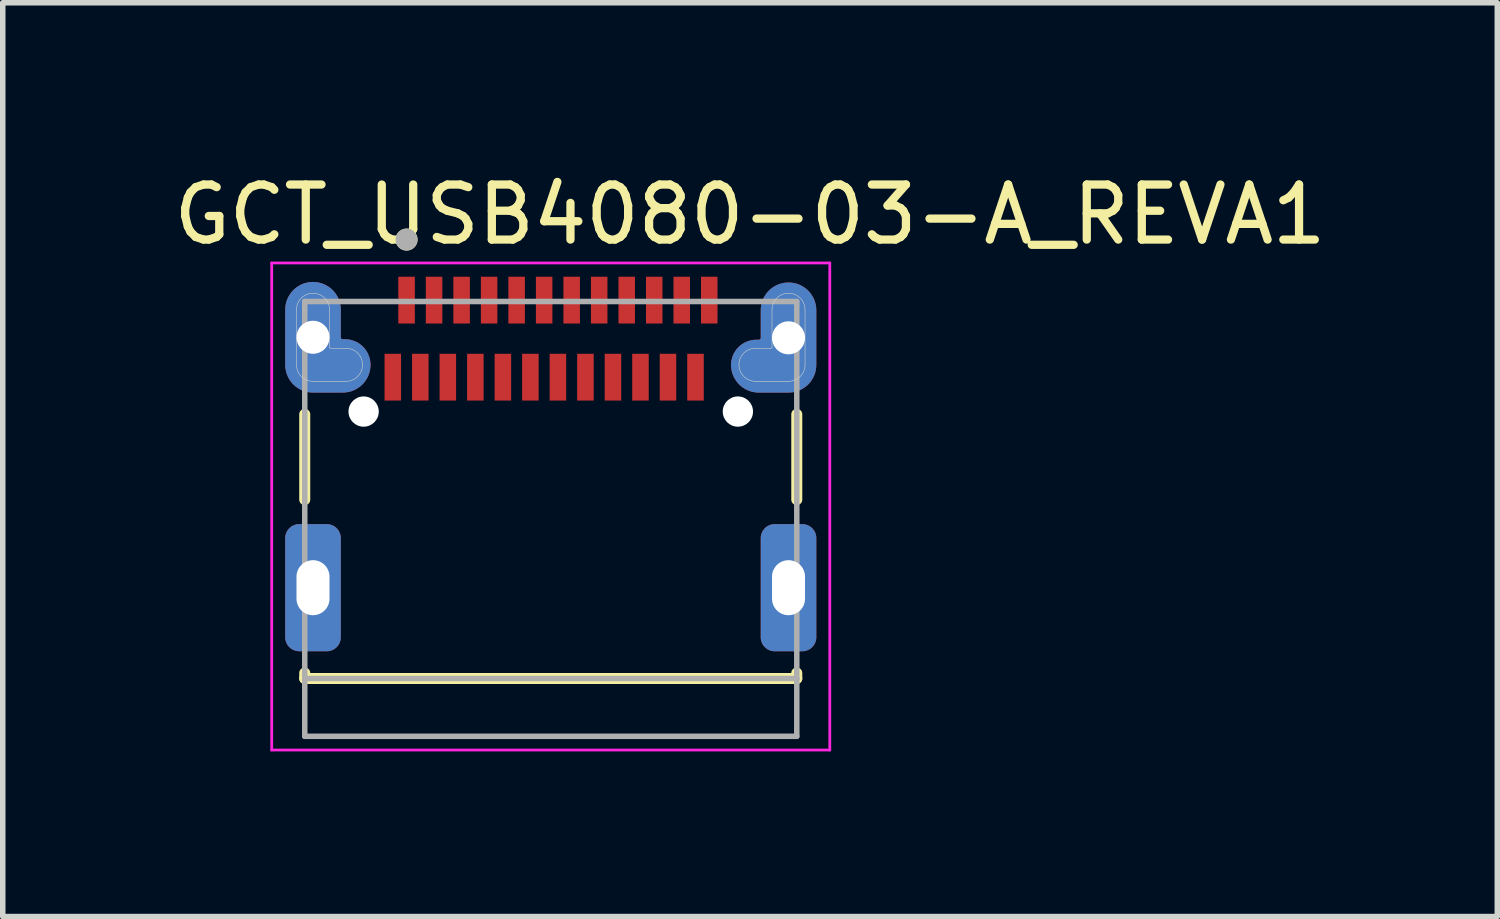
<source format=kicad_pcb>
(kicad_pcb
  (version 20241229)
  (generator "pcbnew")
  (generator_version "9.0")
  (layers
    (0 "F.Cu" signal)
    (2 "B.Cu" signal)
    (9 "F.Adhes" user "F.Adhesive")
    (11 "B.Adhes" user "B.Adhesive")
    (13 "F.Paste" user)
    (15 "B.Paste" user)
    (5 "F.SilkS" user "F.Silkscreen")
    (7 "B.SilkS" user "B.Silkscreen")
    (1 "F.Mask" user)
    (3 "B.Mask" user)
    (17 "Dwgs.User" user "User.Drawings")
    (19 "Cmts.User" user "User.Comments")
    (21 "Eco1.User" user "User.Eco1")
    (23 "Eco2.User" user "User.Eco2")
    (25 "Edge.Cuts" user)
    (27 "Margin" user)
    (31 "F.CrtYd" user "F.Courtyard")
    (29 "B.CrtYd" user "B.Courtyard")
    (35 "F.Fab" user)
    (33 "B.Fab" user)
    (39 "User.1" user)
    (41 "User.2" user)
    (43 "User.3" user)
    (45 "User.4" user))
  (footprint "GCT_USB4080-03-A_REVA1"
    (layer "F.Cu")
    (at 6.957 3.078)
    (property "Reference" "GCT_USB4080-03-A_REVA1" (at 3.62 -2.23 0) (layer "F.SilkS") (effects (font (size 1 1) (thickness 0.15))))
    (attr smd)
    (fp_poly (pts (xy -3.02 0.3) (xy -2.72 0.3) (xy -2.72 1.15) (xy -3.02 1.15)) (stroke (width 0.01) (type solid)) (fill yes) (layer "F.Mask"))
    (fp_poly (pts (xy -2.77 -1.1) (xy -2.47 -1.1) (xy -2.47 -0.25) (xy -2.77 -0.25)) (stroke (width 0.01) (type solid)) (fill yes) (layer "F.Mask"))
    (fp_poly (pts (xy -2.52 0.3) (xy -2.22 0.3) (xy -2.22 1.15) (xy -2.52 1.15)) (stroke (width 0.01) (type solid)) (fill yes) (layer "F.Mask"))
    (fp_poly (pts (xy -2.27 -1.1) (xy -1.97 -1.1) (xy -1.97 -0.25) (xy -2.27 -0.25)) (stroke (width 0.01) (type solid)) (fill yes) (layer "F.Mask"))
    (fp_poly (pts (xy -2.02 0.3) (xy -1.72 0.3) (xy -1.72 1.15) (xy -2.02 1.15)) (stroke (width 0.01) (type solid)) (fill yes) (layer "F.Mask"))
    (fp_poly (pts (xy -1.77 -1.1) (xy -1.47 -1.1) (xy -1.47 -0.25) (xy -1.77 -0.25)) (stroke (width 0.01) (type solid)) (fill yes) (layer "F.Mask"))
    (fp_poly (pts (xy -1.52 0.3) (xy -1.22 0.3) (xy -1.22 1.15) (xy -1.52 1.15)) (stroke (width 0.01) (type solid)) (fill yes) (layer "F.Mask"))
    (fp_poly (pts (xy -1.27 -1.1) (xy -0.97 -1.1) (xy -0.97 -0.25) (xy -1.27 -0.25)) (stroke (width 0.01) (type solid)) (fill yes) (layer "F.Mask"))
    (fp_poly (pts (xy -1.02 0.3) (xy -0.72 0.3) (xy -0.72 1.15) (xy -1.02 1.15)) (stroke (width 0.01) (type solid)) (fill yes) (layer "F.Mask"))
    (fp_poly (pts (xy -0.77 -1.1) (xy -0.47 -1.1) (xy -0.47 -0.25) (xy -0.77 -0.25)) (stroke (width 0.01) (type solid)) (fill yes) (layer "F.Mask"))
    (fp_poly (pts (xy -0.52 0.3) (xy -0.22 0.3) (xy -0.22 1.15) (xy -0.52 1.15)) (stroke (width 0.01) (type solid)) (fill yes) (layer "F.Mask"))
    (fp_poly (pts (xy -0.27 -1.1) (xy 0.03 -1.1) (xy 0.03 -0.25) (xy -0.27 -0.25)) (stroke (width 0.01) (type solid)) (fill yes) (layer "F.Mask"))
    (fp_poly (pts (xy -0.02 0.3) (xy 0.28 0.3) (xy 0.28 1.15) (xy -0.02 1.15)) (stroke (width 0.01) (type solid)) (fill yes) (layer "F.Mask"))
    (fp_poly (pts (xy 0.23 -1.1) (xy 0.53 -1.1) (xy 0.53 -0.25) (xy 0.23 -0.25)) (stroke (width 0.01) (type solid)) (fill yes) (layer "F.Mask"))
    (fp_poly (pts (xy 0.48 0.3) (xy 0.78 0.3) (xy 0.78 1.15) (xy 0.48 1.15)) (stroke (width 0.01) (type solid)) (fill yes) (layer "F.Mask"))
    (fp_poly (pts (xy 0.73 -1.1) (xy 1.03 -1.1) (xy 1.03 -0.25) (xy 0.73 -0.25)) (stroke (width 0.01) (type solid)) (fill yes) (layer "F.Mask"))
    (fp_poly (pts (xy 0.98 0.3) (xy 1.28 0.3) (xy 1.28 1.15) (xy 0.98 1.15)) (stroke (width 0.01) (type solid)) (fill yes) (layer "F.Mask"))
    (fp_poly (pts (xy 1.23 -1.1) (xy 1.53 -1.1) (xy 1.53 -0.25) (xy 1.23 -0.25)) (stroke (width 0.01) (type solid)) (fill yes) (layer "F.Mask"))
    (fp_poly (pts (xy 1.48 0.3) (xy 1.78 0.3) (xy 1.78 1.15) (xy 1.48 1.15)) (stroke (width 0.01) (type solid)) (fill yes) (layer "F.Mask"))
    (fp_poly (pts (xy 1.73 -1.1) (xy 2.03 -1.1) (xy 2.03 -0.25) (xy 1.73 -0.25)) (stroke (width 0.01) (type solid)) (fill yes) (layer "F.Mask"))
    (fp_poly (pts (xy 1.98 0.3) (xy 2.28 0.3) (xy 2.28 1.15) (xy 1.98 1.15)) (stroke (width 0.01) (type solid)) (fill yes) (layer "F.Mask"))
    (fp_poly (pts (xy 2.23 -1.1) (xy 2.53 -1.1) (xy 2.53 -0.25) (xy 2.23 -0.25)) (stroke (width 0.01) (type solid)) (fill yes) (layer "F.Mask"))
    (fp_poly (pts (xy 2.48 0.3) (xy 2.78 0.3) (xy 2.78 1.15) (xy 2.48 1.15)) (stroke (width 0.01) (type solid)) (fill yes) (layer "F.Mask"))
    (fp_poly (pts (xy 2.73 -1.1) (xy 3.03 -1.1) (xy 3.03 -0.25) (xy 2.73 -0.25)) (stroke (width 0.01) (type solid)) (fill yes) (layer "F.Mask"))
    (fp_poly (pts (xy -4.07 5.7) (xy -4.57 5.7) (xy -4.583 5.7) (xy -4.596 5.699) (xy -4.609 5.697) (xy -4.622 5.695) (xy -4.635 5.691) (xy -4.647 5.688) (xy -4.66 5.683) (xy -4.672 5.678) (xy -4.683 5.673) (xy -4.695 5.667) (xy -4.706 5.66) (xy -4.717 5.652) (xy -4.727 5.644) (xy -4.737 5.636) (xy -4.747 5.627) (xy -4.756 5.617) (xy -4.764 5.607) (xy -4.772 5.597) (xy -4.78 5.586) (xy -4.787 5.575) (xy -4.793 5.563) (xy -4.798 5.552) (xy -4.803 5.54) (xy -4.808 5.527) (xy -4.811 5.515) (xy -4.815 5.502) (xy -4.817 5.489) (xy -4.819 5.476) (xy -4.82 5.463) (xy -4.82 5.45) (xy -4.82 3.65) (xy -4.82 3.637) (xy -4.819 3.624) (xy -4.817 3.611) (xy -4.815 3.598) (xy -4.811 3.585) (xy -4.808 3.573) (xy -4.803 3.56) (xy -4.798 3.548) (xy -4.793 3.537) (xy -4.787 3.525) (xy -4.78 3.514) (xy -4.772 3.503) (xy -4.764 3.493) (xy -4.756 3.483) (xy -4.747 3.473) (xy -4.737 3.464) (xy -4.727 3.456) (xy -4.717 3.448) (xy -4.706 3.44) (xy -4.695 3.433) (xy -4.683 3.427) (xy -4.672 3.422) (xy -4.66 3.417) (xy -4.647 3.412) (xy -4.635 3.409) (xy -4.622 3.405) (xy -4.609 3.403) (xy -4.596 3.401) (xy -4.583 3.4) (xy -4.57 3.4) (xy -4.07 3.4) (xy -4.057 3.4) (xy -4.044 3.401) (xy -4.031 3.403) (xy -4.018 3.405) (xy -4.005 3.409) (xy -3.993 3.412) (xy -3.98 3.417) (xy -3.968 3.422) (xy -3.957 3.427) (xy -3.945 3.433) (xy -3.934 3.44) (xy -3.923 3.448) (xy -3.913 3.456) (xy -3.903 3.464) (xy -3.893 3.473) (xy -3.884 3.483) (xy -3.876 3.493) (xy -3.868 3.503) (xy -3.86 3.514) (xy -3.853 3.525) (xy -3.847 3.537) (xy -3.842 3.548) (xy -3.837 3.56) (xy -3.832 3.573) (xy -3.829 3.585) (xy -3.825 3.598) (xy -3.823 3.611) (xy -3.821 3.624) (xy -3.82 3.637) (xy -3.82 3.65) (xy -3.82 5.45) (xy -3.82 5.463) (xy -3.821 5.476) (xy -3.823 5.489) (xy -3.825 5.502) (xy -3.829 5.515) (xy -3.832 5.527) (xy -3.837 5.54) (xy -3.842 5.552) (xy -3.847 5.563) (xy -3.853 5.575) (xy -3.86 5.586) (xy -3.868 5.597) (xy -3.876 5.607) (xy -3.884 5.617) (xy -3.893 5.627) (xy -3.903 5.636) (xy -3.913 5.644) (xy -3.923 5.652) (xy -3.934 5.66) (xy -3.945 5.667) (xy -3.957 5.673) (xy -3.968 5.678) (xy -3.98 5.683) (xy -3.993 5.688) (xy -4.005 5.691) (xy -4.018 5.695) (xy -4.031 5.697) (xy -4.044 5.699) (xy -4.057 5.7) (xy -4.07 5.7)) (stroke (width 0.01) (type solid)) (fill yes) (layer "F.Mask"))
    (fp_poly (pts (xy 4.57 5.7) (xy 4.07 5.7) (xy 4.057 5.7) (xy 4.044 5.699) (xy 4.031 5.697) (xy 4.018 5.695) (xy 4.005 5.691) (xy 3.993 5.688) (xy 3.98 5.683) (xy 3.968 5.678) (xy 3.957 5.673) (xy 3.945 5.667) (xy 3.934 5.66) (xy 3.923 5.652) (xy 3.913 5.644) (xy 3.903 5.636) (xy 3.893 5.627) (xy 3.884 5.617) (xy 3.876 5.607) (xy 3.868 5.597) (xy 3.86 5.586) (xy 3.853 5.575) (xy 3.847 5.563) (xy 3.842 5.552) (xy 3.837 5.54) (xy 3.832 5.527) (xy 3.829 5.515) (xy 3.825 5.502) (xy 3.823 5.489) (xy 3.821 5.476) (xy 3.82 5.463) (xy 3.82 5.45) (xy 3.82 3.65) (xy 3.82 3.637) (xy 3.821 3.624) (xy 3.823 3.611) (xy 3.825 3.598) (xy 3.829 3.585) (xy 3.832 3.573) (xy 3.837 3.56) (xy 3.842 3.548) (xy 3.847 3.537) (xy 3.853 3.525) (xy 3.86 3.514) (xy 3.868 3.503) (xy 3.876 3.493) (xy 3.884 3.483) (xy 3.893 3.473) (xy 3.903 3.464) (xy 3.913 3.456) (xy 3.923 3.448) (xy 3.934 3.44) (xy 3.945 3.433) (xy 3.957 3.427) (xy 3.968 3.422) (xy 3.98 3.417) (xy 3.993 3.412) (xy 4.005 3.409) (xy 4.018 3.405) (xy 4.031 3.403) (xy 4.044 3.401) (xy 4.057 3.4) (xy 4.07 3.4) (xy 4.57 3.4) (xy 4.583 3.4) (xy 4.596 3.401) (xy 4.609 3.403) (xy 4.622 3.405) (xy 4.635 3.409) (xy 4.647 3.412) (xy 4.66 3.417) (xy 4.672 3.422) (xy 4.683 3.427) (xy 4.695 3.433) (xy 4.706 3.44) (xy 4.717 3.448) (xy 4.727 3.456) (xy 4.737 3.464) (xy 4.747 3.473) (xy 4.756 3.483) (xy 4.764 3.493) (xy 4.772 3.503) (xy 4.78 3.514) (xy 4.787 3.525) (xy 4.793 3.537) (xy 4.798 3.548) (xy 4.803 3.56) (xy 4.808 3.573) (xy 4.811 3.585) (xy 4.815 3.598) (xy 4.817 3.611) (xy 4.819 3.624) (xy 4.82 3.637) (xy 4.82 3.65) (xy 4.82 5.45) (xy 4.82 5.463) (xy 4.819 5.476) (xy 4.817 5.489) (xy 4.815 5.502) (xy 4.811 5.515) (xy 4.808 5.527) (xy 4.803 5.54) (xy 4.798 5.552) (xy 4.793 5.563) (xy 4.787 5.575) (xy 4.78 5.586) (xy 4.772 5.597) (xy 4.764 5.607) (xy 4.756 5.617) (xy 4.747 5.627) (xy 4.737 5.636) (xy 4.727 5.644) (xy 4.717 5.652) (xy 4.706 5.66) (xy 4.695 5.667) (xy 4.683 5.673) (xy 4.672 5.678) (xy 4.66 5.683) (xy 4.647 5.688) (xy 4.635 5.691) (xy 4.622 5.695) (xy 4.609 5.697) (xy 4.596 5.699) (xy 4.583 5.7) (xy 4.57 5.7)) (stroke (width 0.01) (type solid)) (fill yes) (layer "F.Mask"))
    (fp_poly (pts (xy 4.82 0.5) (xy 4.82 -0.49) (xy 4.819 -0.516) (xy 4.817 -0.542) (xy 4.814 -0.568) (xy 4.809 -0.594) (xy 4.803 -0.619) (xy 4.796 -0.645) (xy 4.787 -0.669) (xy 4.777 -0.693) (xy 4.766 -0.717) (xy 4.753 -0.74) (xy 4.739 -0.762) (xy 4.725 -0.784) (xy 4.709 -0.805) (xy 4.692 -0.825) (xy 4.674 -0.844) (xy 4.655 -0.862) (xy 4.635 -0.879) (xy 4.614 -0.895) (xy 4.592 -0.909) (xy 4.57 -0.923) (xy 4.547 -0.936) (xy 4.523 -0.947) (xy 4.499 -0.957) (xy 4.475 -0.966) (xy 4.449 -0.973) (xy 4.424 -0.979) (xy 4.398 -0.984) (xy 4.372 -0.987) (xy 4.346 -0.989) (xy 4.32 -0.99) (xy 4.294 -0.989) (xy 4.268 -0.987) (xy 4.242 -0.984) (xy 4.216 -0.979) (xy 4.191 -0.973) (xy 4.165 -0.966) (xy 4.141 -0.957) (xy 4.117 -0.947) (xy 4.093 -0.936) (xy 4.07 -0.923) (xy 4.048 -0.909) (xy 4.026 -0.895) (xy 4.005 -0.879) (xy 3.985 -0.862) (xy 3.966 -0.844) (xy 3.948 -0.825) (xy 3.931 -0.805) (xy 3.915 -0.784) (xy 3.901 -0.762) (xy 3.887 -0.74) (xy 3.874 -0.717) (xy 3.863 -0.693) (xy 3.853 -0.669) (xy 3.844 -0.645) (xy 3.837 -0.619) (xy 3.831 -0.594) (xy 3.826 -0.568) (xy 3.823 -0.542) (xy 3.821 -0.516) (xy 3.82 -0.49) (xy 3.82 0.01) (xy 3.82 0.012) (xy 3.82 0.014) (xy 3.82 0.016) (xy 3.819 0.018) (xy 3.819 0.02) (xy 3.818 0.022) (xy 3.817 0.024) (xy 3.817 0.026) (xy 3.816 0.028) (xy 3.815 0.03) (xy 3.814 0.032) (xy 3.812 0.034) (xy 3.811 0.035) (xy 3.81 0.037) (xy 3.808 0.038) (xy 3.807 0.04) (xy 3.805 0.041) (xy 3.804 0.042) (xy 3.802 0.044) (xy 3.8 0.045) (xy 3.798 0.046) (xy 3.796 0.047) (xy 3.794 0.047) (xy 3.792 0.048) (xy 3.79 0.049) (xy 3.788 0.049) (xy 3.786 0.05) (xy 3.784 0.05) (xy 3.782 0.05) (xy 3.78 0.05) (xy 3.74 0.05) (xy 3.719 0.05) (xy 3.695 0.052) (xy 3.672 0.054) (xy 3.648 0.058) (xy 3.625 0.063) (xy 3.602 0.07) (xy 3.579 0.077) (xy 3.557 0.086) (xy 3.536 0.096) (xy 3.514 0.107) (xy 3.494 0.119) (xy 3.474 0.132) (xy 3.455 0.146) (xy 3.436 0.162) (xy 3.419 0.178) (xy 3.402 0.195) (xy 3.386 0.213) (xy 3.372 0.231) (xy 3.358 0.251) (xy 3.345 0.271) (xy 3.333 0.291) (xy 3.323 0.313) (xy 3.313 0.335) (xy 3.305 0.357) (xy 3.298 0.38) (xy 3.292 0.403) (xy 3.287 0.426) (xy 3.283 0.45) (xy 3.281 0.473) (xy 3.28 0.5) (xy 3.281 0.526) (xy 3.283 0.552) (xy 3.286 0.578) (xy 3.291 0.604) (xy 3.297 0.629) (xy 3.304 0.655) (xy 3.313 0.679) (xy 3.323 0.703) (xy 3.334 0.727) (xy 3.347 0.75) (xy 3.361 0.772) (xy 3.375 0.794) (xy 3.391 0.815) (xy 3.408 0.835) (xy 3.426 0.854) (xy 3.445 0.872) (xy 3.465 0.889) (xy 3.486 0.905) (xy 3.508 0.919) (xy 3.53 0.933) (xy 3.553 0.946) (xy 3.577 0.957) (xy 3.601 0.967) (xy 3.625 0.976) (xy 3.651 0.983) (xy 3.676 0.989) (xy 3.702 0.994) (xy 3.728 0.997) (xy 3.754 0.999) (xy 3.78 1) (xy 4.32 1) (xy 4.346 0.999) (xy 4.372 0.997) (xy 4.398 0.994) (xy 4.424 0.989) (xy 4.449 0.983) (xy 4.475 0.976) (xy 4.499 0.967) (xy 4.523 0.957) (xy 4.547 0.946) (xy 4.57 0.933) (xy 4.592 0.919) (xy 4.614 0.905) (xy 4.635 0.889) (xy 4.655 0.872) (xy 4.674 0.854) (xy 4.692 0.835) (xy 4.709 0.815) (xy 4.725 0.794) (xy 4.739 0.772) (xy 4.753 0.75) (xy 4.766 0.727) (xy 4.777 0.703) (xy 4.787 0.679) (xy 4.796 0.655) (xy 4.803 0.629) (xy 4.809 0.604) (xy 4.814 0.578) (xy 4.817 0.552) (xy 4.819 0.526) (xy 4.82 0.5)) (stroke (width 0.01) (type solid)) (fill yes) (layer "F.Mask"))
    (fp_poly (pts (xy -4.82 0) (xy -4.82 -0.5) (xy -4.819 -0.526) (xy -4.817 -0.552) (xy -4.814 -0.578) (xy -4.809 -0.604) (xy -4.803 -0.629) (xy -4.796 -0.655) (xy -4.787 -0.679) (xy -4.777 -0.703) (xy -4.766 -0.727) (xy -4.753 -0.75) (xy -4.739 -0.772) (xy -4.725 -0.794) (xy -4.709 -0.815) (xy -4.692 -0.835) (xy -4.674 -0.854) (xy -4.655 -0.872) (xy -4.635 -0.889) (xy -4.614 -0.905) (xy -4.592 -0.919) (xy -4.57 -0.933) (xy -4.547 -0.946) (xy -4.523 -0.957) (xy -4.499 -0.967) (xy -4.475 -0.976) (xy -4.449 -0.983) (xy -4.424 -0.989) (xy -4.398 -0.994) (xy -4.372 -0.997) (xy -4.346 -0.999) (xy -4.32 -1) (xy -4.294 -0.999) (xy -4.268 -0.997) (xy -4.242 -0.994) (xy -4.216 -0.989) (xy -4.191 -0.983) (xy -4.165 -0.976) (xy -4.141 -0.967) (xy -4.117 -0.957) (xy -4.093 -0.946) (xy -4.07 -0.933) (xy -4.048 -0.919) (xy -4.026 -0.905) (xy -4.005 -0.889) (xy -3.985 -0.872) (xy -3.966 -0.854) (xy -3.948 -0.835) (xy -3.931 -0.815) (xy -3.915 -0.794) (xy -3.901 -0.772) (xy -3.887 -0.75) (xy -3.874 -0.727) (xy -3.863 -0.703) (xy -3.853 -0.679) (xy -3.844 -0.655) (xy -3.837 -0.629) (xy -3.831 -0.604) (xy -3.826 -0.578) (xy -3.823 -0.552) (xy -3.821 -0.526) (xy -3.82 -0.5) (xy -3.82 0) (xy -3.82 0.002) (xy -3.82 0.004) (xy -3.82 0.006) (xy -3.819 0.008) (xy -3.819 0.01) (xy -3.818 0.012) (xy -3.817 0.014) (xy -3.817 0.016) (xy -3.816 0.018) (xy -3.815 0.02) (xy -3.814 0.022) (xy -3.812 0.024) (xy -3.811 0.025) (xy -3.81 0.027) (xy -3.808 0.028) (xy -3.807 0.03) (xy -3.805 0.031) (xy -3.804 0.032) (xy -3.802 0.034) (xy -3.8 0.035) (xy -3.798 0.036) (xy -3.796 0.037) (xy -3.794 0.037) (xy -3.792 0.038) (xy -3.79 0.039) (xy -3.788 0.039) (xy -3.786 0.04) (xy -3.784 0.04) (xy -3.782 0.04) (xy -3.78 0.04) (xy -3.74 0.04) (xy -3.716 0.041) (xy -3.692 0.043) (xy -3.668 0.046) (xy -3.644 0.05) (xy -3.621 0.056) (xy -3.598 0.063) (xy -3.575 0.071) (xy -3.553 0.08) (xy -3.531 0.09) (xy -3.51 0.102) (xy -3.489 0.114) (xy -3.47 0.128) (xy -3.451 0.143) (xy -3.432 0.158) (xy -3.415 0.175) (xy -3.398 0.192) (xy -3.383 0.211) (xy -3.368 0.23) (xy -3.354 0.249) (xy -3.342 0.27) (xy -3.33 0.291) (xy -3.32 0.313) (xy -3.311 0.335) (xy -3.303 0.358) (xy -3.296 0.381) (xy -3.29 0.404) (xy -3.286 0.428) (xy -3.283 0.452) (xy -3.281 0.476) (xy -3.28 0.5) (xy -3.281 0.526) (xy -3.283 0.552) (xy -3.286 0.578) (xy -3.291 0.604) (xy -3.297 0.629) (xy -3.304 0.655) (xy -3.313 0.679) (xy -3.323 0.703) (xy -3.334 0.727) (xy -3.347 0.75) (xy -3.361 0.772) (xy -3.375 0.794) (xy -3.391 0.815) (xy -3.408 0.835) (xy -3.426 0.854) (xy -3.445 0.872) (xy -3.465 0.889) (xy -3.486 0.905) (xy -3.508 0.919) (xy -3.53 0.933) (xy -3.553 0.946) (xy -3.577 0.957) (xy -3.601 0.967) (xy -3.625 0.976) (xy -3.651 0.983) (xy -3.676 0.989) (xy -3.702 0.994) (xy -3.728 0.997) (xy -3.754 0.999) (xy -3.78 1) (xy -4.32 1) (xy -4.346 0.999) (xy -4.372 0.997) (xy -4.398 0.994) (xy -4.424 0.989) (xy -4.449 0.983) (xy -4.475 0.976) (xy -4.499 0.967) (xy -4.523 0.957) (xy -4.547 0.946) (xy -4.57 0.933) (xy -4.592 0.919) (xy -4.614 0.905) (xy -4.635 0.889) (xy -4.655 0.872) (xy -4.674 0.854) (xy -4.692 0.835) (xy -4.709 0.815) (xy -4.725 0.794) (xy -4.739 0.772) (xy -4.753 0.75) (xy -4.766 0.727) (xy -4.777 0.703) (xy -4.787 0.679) (xy -4.796 0.655) (xy -4.803 0.629) (xy -4.809 0.604) (xy -4.814 0.578) (xy -4.817 0.552) (xy -4.819 0.526) (xy -4.82 0.5) (xy -4.82 0)) (stroke (width 0.01) (type solid)) (fill yes) (layer "F.Mask"))
    (fp_poly (pts (xy -4.07 5.7) (xy -4.57 5.7) (xy -4.583 5.7) (xy -4.596 5.699) (xy -4.609 5.697) (xy -4.622 5.695) (xy -4.635 5.691) (xy -4.647 5.688) (xy -4.66 5.683) (xy -4.672 5.678) (xy -4.683 5.673) (xy -4.695 5.667) (xy -4.706 5.66) (xy -4.717 5.652) (xy -4.727 5.644) (xy -4.737 5.636) (xy -4.747 5.627) (xy -4.756 5.617) (xy -4.764 5.607) (xy -4.772 5.597) (xy -4.78 5.586) (xy -4.787 5.575) (xy -4.793 5.563) (xy -4.798 5.552) (xy -4.803 5.54) (xy -4.808 5.527) (xy -4.811 5.515) (xy -4.815 5.502) (xy -4.817 5.489) (xy -4.819 5.476) (xy -4.82 5.463) (xy -4.82 5.45) (xy -4.82 3.65) (xy -4.82 3.637) (xy -4.819 3.624) (xy -4.817 3.611) (xy -4.815 3.598) (xy -4.811 3.585) (xy -4.808 3.573) (xy -4.803 3.56) (xy -4.798 3.548) (xy -4.793 3.537) (xy -4.787 3.525) (xy -4.78 3.514) (xy -4.772 3.503) (xy -4.764 3.493) (xy -4.756 3.483) (xy -4.747 3.473) (xy -4.737 3.464) (xy -4.727 3.456) (xy -4.717 3.448) (xy -4.706 3.44) (xy -4.695 3.433) (xy -4.683 3.427) (xy -4.672 3.422) (xy -4.66 3.417) (xy -4.647 3.412) (xy -4.635 3.409) (xy -4.622 3.405) (xy -4.609 3.403) (xy -4.596 3.401) (xy -4.583 3.4) (xy -4.57 3.4) (xy -4.07 3.4) (xy -4.057 3.4) (xy -4.044 3.401) (xy -4.031 3.403) (xy -4.018 3.405) (xy -4.005 3.409) (xy -3.993 3.412) (xy -3.98 3.417) (xy -3.968 3.422) (xy -3.957 3.427) (xy -3.945 3.433) (xy -3.934 3.44) (xy -3.923 3.448) (xy -3.913 3.456) (xy -3.903 3.464) (xy -3.893 3.473) (xy -3.884 3.483) (xy -3.876 3.493) (xy -3.868 3.503) (xy -3.86 3.514) (xy -3.853 3.525) (xy -3.847 3.537) (xy -3.842 3.548) (xy -3.837 3.56) (xy -3.832 3.573) (xy -3.829 3.585) (xy -3.825 3.598) (xy -3.823 3.611) (xy -3.821 3.624) (xy -3.82 3.637) (xy -3.82 3.65) (xy -3.82 5.45) (xy -3.82 5.463) (xy -3.821 5.476) (xy -3.823 5.489) (xy -3.825 5.502) (xy -3.829 5.515) (xy -3.832 5.527) (xy -3.837 5.54) (xy -3.842 5.552) (xy -3.847 5.563) (xy -3.853 5.575) (xy -3.86 5.586) (xy -3.868 5.597) (xy -3.876 5.607) (xy -3.884 5.617) (xy -3.893 5.627) (xy -3.903 5.636) (xy -3.913 5.644) (xy -3.923 5.652) (xy -3.934 5.66) (xy -3.945 5.667) (xy -3.957 5.673) (xy -3.968 5.678) (xy -3.98 5.683) (xy -3.993 5.688) (xy -4.005 5.691) (xy -4.018 5.695) (xy -4.031 5.697) (xy -4.044 5.699) (xy -4.057 5.7) (xy -4.07 5.7)) (stroke (width 0.01) (type solid)) (fill yes) (layer "B.Mask"))
    (fp_poly (pts (xy 4.57 5.7) (xy 4.07 5.7) (xy 4.057 5.7) (xy 4.044 5.699) (xy 4.031 5.697) (xy 4.018 5.695) (xy 4.005 5.691) (xy 3.993 5.688) (xy 3.98 5.683) (xy 3.968 5.678) (xy 3.957 5.673) (xy 3.945 5.667) (xy 3.934 5.66) (xy 3.923 5.652) (xy 3.913 5.644) (xy 3.903 5.636) (xy 3.893 5.627) (xy 3.884 5.617) (xy 3.876 5.607) (xy 3.868 5.597) (xy 3.86 5.586) (xy 3.853 5.575) (xy 3.847 5.563) (xy 3.842 5.552) (xy 3.837 5.54) (xy 3.832 5.527) (xy 3.829 5.515) (xy 3.825 5.502) (xy 3.823 5.489) (xy 3.821 5.476) (xy 3.82 5.463) (xy 3.82 5.45) (xy 3.82 3.65) (xy 3.82 3.637) (xy 3.821 3.624) (xy 3.823 3.611) (xy 3.825 3.598) (xy 3.829 3.585) (xy 3.832 3.573) (xy 3.837 3.56) (xy 3.842 3.548) (xy 3.847 3.537) (xy 3.853 3.525) (xy 3.86 3.514) (xy 3.868 3.503) (xy 3.876 3.493) (xy 3.884 3.483) (xy 3.893 3.473) (xy 3.903 3.464) (xy 3.913 3.456) (xy 3.923 3.448) (xy 3.934 3.44) (xy 3.945 3.433) (xy 3.957 3.427) (xy 3.968 3.422) (xy 3.98 3.417) (xy 3.993 3.412) (xy 4.005 3.409) (xy 4.018 3.405) (xy 4.031 3.403) (xy 4.044 3.401) (xy 4.057 3.4) (xy 4.07 3.4) (xy 4.57 3.4) (xy 4.583 3.4) (xy 4.596 3.401) (xy 4.609 3.403) (xy 4.622 3.405) (xy 4.635 3.409) (xy 4.647 3.412) (xy 4.66 3.417) (xy 4.672 3.422) (xy 4.683 3.427) (xy 4.695 3.433) (xy 4.706 3.44) (xy 4.717 3.448) (xy 4.727 3.456) (xy 4.737 3.464) (xy 4.747 3.473) (xy 4.756 3.483) (xy 4.764 3.493) (xy 4.772 3.503) (xy 4.78 3.514) (xy 4.787 3.525) (xy 4.793 3.537) (xy 4.798 3.548) (xy 4.803 3.56) (xy 4.808 3.573) (xy 4.811 3.585) (xy 4.815 3.598) (xy 4.817 3.611) (xy 4.819 3.624) (xy 4.82 3.637) (xy 4.82 3.65) (xy 4.82 5.45) (xy 4.82 5.463) (xy 4.819 5.476) (xy 4.817 5.489) (xy 4.815 5.502) (xy 4.811 5.515) (xy 4.808 5.527) (xy 4.803 5.54) (xy 4.798 5.552) (xy 4.793 5.563) (xy 4.787 5.575) (xy 4.78 5.586) (xy 4.772 5.597) (xy 4.764 5.607) (xy 4.756 5.617) (xy 4.747 5.627) (xy 4.737 5.636) (xy 4.727 5.644) (xy 4.717 5.652) (xy 4.706 5.66) (xy 4.695 5.667) (xy 4.683 5.673) (xy 4.672 5.678) (xy 4.66 5.683) (xy 4.647 5.688) (xy 4.635 5.691) (xy 4.622 5.695) (xy 4.609 5.697) (xy 4.596 5.699) (xy 4.583 5.7) (xy 4.57 5.7)) (stroke (width 0.01) (type solid)) (fill yes) (layer "B.Mask"))
    (fp_poly (pts (xy 4.82 0.5) (xy 4.82 -0.49) (xy 4.819 -0.516) (xy 4.817 -0.542) (xy 4.814 -0.568) (xy 4.809 -0.594) (xy 4.803 -0.619) (xy 4.796 -0.645) (xy 4.787 -0.669) (xy 4.777 -0.693) (xy 4.766 -0.717) (xy 4.753 -0.74) (xy 4.739 -0.762) (xy 4.725 -0.784) (xy 4.709 -0.805) (xy 4.692 -0.825) (xy 4.674 -0.844) (xy 4.655 -0.862) (xy 4.635 -0.879) (xy 4.614 -0.895) (xy 4.592 -0.909) (xy 4.57 -0.923) (xy 4.547 -0.936) (xy 4.523 -0.947) (xy 4.499 -0.957) (xy 4.475 -0.966) (xy 4.449 -0.973) (xy 4.424 -0.979) (xy 4.398 -0.984) (xy 4.372 -0.987) (xy 4.346 -0.989) (xy 4.32 -0.99) (xy 4.294 -0.989) (xy 4.268 -0.987) (xy 4.242 -0.984) (xy 4.216 -0.979) (xy 4.191 -0.973) (xy 4.165 -0.966) (xy 4.141 -0.957) (xy 4.117 -0.947) (xy 4.093 -0.936) (xy 4.07 -0.923) (xy 4.048 -0.909) (xy 4.026 -0.895) (xy 4.005 -0.879) (xy 3.985 -0.862) (xy 3.966 -0.844) (xy 3.948 -0.825) (xy 3.931 -0.805) (xy 3.915 -0.784) (xy 3.901 -0.762) (xy 3.887 -0.74) (xy 3.874 -0.717) (xy 3.863 -0.693) (xy 3.853 -0.669) (xy 3.844 -0.645) (xy 3.837 -0.619) (xy 3.831 -0.594) (xy 3.826 -0.568) (xy 3.823 -0.542) (xy 3.821 -0.516) (xy 3.82 -0.49) (xy 3.82 0.01) (xy 3.82 0.012) (xy 3.82 0.014) (xy 3.82 0.016) (xy 3.819 0.018) (xy 3.819 0.02) (xy 3.818 0.022) (xy 3.817 0.024) (xy 3.817 0.026) (xy 3.816 0.028) (xy 3.815 0.03) (xy 3.814 0.032) (xy 3.812 0.034) (xy 3.811 0.035) (xy 3.81 0.037) (xy 3.808 0.038) (xy 3.807 0.04) (xy 3.805 0.041) (xy 3.804 0.042) (xy 3.802 0.044) (xy 3.8 0.045) (xy 3.798 0.046) (xy 3.796 0.047) (xy 3.794 0.047) (xy 3.792 0.048) (xy 3.79 0.049) (xy 3.788 0.049) (xy 3.786 0.05) (xy 3.784 0.05) (xy 3.782 0.05) (xy 3.78 0.05) (xy 3.74 0.05) (xy 3.716 0.051) (xy 3.692 0.053) (xy 3.668 0.056) (xy 3.644 0.06) (xy 3.621 0.066) (xy 3.598 0.073) (xy 3.575 0.081) (xy 3.553 0.09) (xy 3.531 0.1) (xy 3.51 0.112) (xy 3.489 0.124) (xy 3.47 0.138) (xy 3.451 0.153) (xy 3.432 0.168) (xy 3.415 0.185) (xy 3.398 0.202) (xy 3.383 0.221) (xy 3.368 0.24) (xy 3.354 0.259) (xy 3.342 0.28) (xy 3.33 0.301) (xy 3.32 0.323) (xy 3.311 0.345) (xy 3.303 0.368) (xy 3.296 0.391) (xy 3.29 0.414) (xy 3.286 0.438) (xy 3.283 0.462) (xy 3.281 0.486) (xy 3.28 0.51) (xy 3.281 0.54) (xy 3.284 0.565) (xy 3.287 0.591) (xy 3.293 0.616) (xy 3.299 0.641) (xy 3.307 0.666) (xy 3.316 0.69) (xy 3.326 0.714) (xy 3.338 0.737) (xy 3.351 0.76) (xy 3.365 0.782) (xy 3.38 0.803) (xy 3.396 0.823) (xy 3.413 0.843) (xy 3.431 0.861) (xy 3.45 0.879) (xy 3.47 0.895) (xy 3.491 0.911) (xy 3.513 0.925) (xy 3.535 0.938) (xy 3.558 0.95) (xy 3.582 0.961) (xy 3.606 0.97) (xy 3.63 0.978) (xy 3.655 0.985) (xy 3.681 0.991) (xy 3.706 0.995) (xy 3.732 0.998) (xy 3.758 1) (xy 3.78 1) (xy 4.32 1) (xy 4.346 0.999) (xy 4.372 0.997) (xy 4.398 0.994) (xy 4.424 0.989) (xy 4.449 0.983) (xy 4.475 0.976) (xy 4.499 0.967) (xy 4.523 0.957) (xy 4.547 0.946) (xy 4.57 0.933) (xy 4.592 0.919) (xy 4.614 0.905) (xy 4.635 0.889) (xy 4.655 0.872) (xy 4.674 0.854) (xy 4.692 0.835) (xy 4.709 0.815) (xy 4.725 0.794) (xy 4.739 0.772) (xy 4.753 0.75) (xy 4.766 0.727) (xy 4.777 0.703) (xy 4.787 0.679) (xy 4.796 0.655) (xy 4.803 0.629) (xy 4.809 0.604) (xy 4.814 0.578) (xy 4.817 0.552) (xy 4.819 0.526) (xy 4.82 0.5)) (stroke (width 0.01) (type solid)) (fill yes) (layer "B.Mask"))
    (fp_poly (pts (xy -4.82 0) (xy -4.82 -0.5) (xy -4.819 -0.526) (xy -4.817 -0.552) (xy -4.814 -0.578) (xy -4.809 -0.604) (xy -4.803 -0.629) (xy -4.796 -0.655) (xy -4.787 -0.679) (xy -4.777 -0.703) (xy -4.766 -0.727) (xy -4.753 -0.75) (xy -4.739 -0.772) (xy -4.725 -0.794) (xy -4.709 -0.815) (xy -4.692 -0.835) (xy -4.674 -0.854) (xy -4.655 -0.872) (xy -4.635 -0.889) (xy -4.614 -0.905) (xy -4.592 -0.919) (xy -4.57 -0.933) (xy -4.547 -0.946) (xy -4.523 -0.957) (xy -4.499 -0.967) (xy -4.475 -0.976) (xy -4.449 -0.983) (xy -4.424 -0.989) (xy -4.398 -0.994) (xy -4.372 -0.997) (xy -4.346 -0.999) (xy -4.32 -1) (xy -4.294 -0.999) (xy -4.268 -0.997) (xy -4.242 -0.994) (xy -4.216 -0.989) (xy -4.191 -0.983) (xy -4.165 -0.976) (xy -4.141 -0.967) (xy -4.117 -0.957) (xy -4.093 -0.946) (xy -4.07 -0.933) (xy -4.048 -0.919) (xy -4.026 -0.905) (xy -4.005 -0.889) (xy -3.985 -0.872) (xy -3.966 -0.854) (xy -3.948 -0.835) (xy -3.931 -0.815) (xy -3.915 -0.794) (xy -3.901 -0.772) (xy -3.887 -0.75) (xy -3.874 -0.727) (xy -3.863 -0.703) (xy -3.853 -0.679) (xy -3.844 -0.655) (xy -3.837 -0.629) (xy -3.831 -0.604) (xy -3.826 -0.578) (xy -3.823 -0.552) (xy -3.821 -0.526) (xy -3.82 -0.5) (xy -3.82 0) (xy -3.82 0.002) (xy -3.82 0.004) (xy -3.82 0.006) (xy -3.819 0.008) (xy -3.819 0.01) (xy -3.818 0.012) (xy -3.817 0.014) (xy -3.817 0.016) (xy -3.816 0.018) (xy -3.815 0.02) (xy -3.814 0.022) (xy -3.812 0.024) (xy -3.811 0.025) (xy -3.81 0.027) (xy -3.808 0.028) (xy -3.807 0.03) (xy -3.805 0.031) (xy -3.804 0.032) (xy -3.802 0.034) (xy -3.8 0.035) (xy -3.798 0.036) (xy -3.796 0.037) (xy -3.794 0.037) (xy -3.792 0.038) (xy -3.79 0.039) (xy -3.788 0.039) (xy -3.786 0.04) (xy -3.784 0.04) (xy -3.782 0.04) (xy -3.78 0.04) (xy -3.74 0.04) (xy -3.716 0.041) (xy -3.692 0.043) (xy -3.668 0.046) (xy -3.644 0.05) (xy -3.621 0.056) (xy -3.598 0.063) (xy -3.575 0.071) (xy -3.553 0.08) (xy -3.531 0.09) (xy -3.51 0.102) (xy -3.489 0.114) (xy -3.47 0.128) (xy -3.451 0.143) (xy -3.432 0.158) (xy -3.415 0.175) (xy -3.398 0.192) (xy -3.383 0.211) (xy -3.368 0.23) (xy -3.354 0.249) (xy -3.342 0.27) (xy -3.33 0.291) (xy -3.32 0.313) (xy -3.311 0.335) (xy -3.303 0.358) (xy -3.296 0.381) (xy -3.29 0.404) (xy -3.286 0.428) (xy -3.283 0.452) (xy -3.281 0.476) (xy -3.28 0.5) (xy -3.281 0.526) (xy -3.283 0.552) (xy -3.286 0.578) (xy -3.291 0.604) (xy -3.297 0.629) (xy -3.304 0.655) (xy -3.313 0.679) (xy -3.323 0.703) (xy -3.334 0.727) (xy -3.347 0.75) (xy -3.361 0.772) (xy -3.375 0.794) (xy -3.391 0.815) (xy -3.408 0.835) (xy -3.426 0.854) (xy -3.445 0.872) (xy -3.465 0.889) (xy -3.486 0.905) (xy -3.508 0.919) (xy -3.53 0.933) (xy -3.553 0.946) (xy -3.577 0.957) (xy -3.601 0.967) (xy -3.625 0.976) (xy -3.651 0.983) (xy -3.676 0.989) (xy -3.702 0.994) (xy -3.728 0.997) (xy -3.754 0.999) (xy -3.78 1) (xy -4.32 1) (xy -4.346 0.999) (xy -4.372 0.997) (xy -4.398 0.994) (xy -4.424 0.989) (xy -4.449 0.983) (xy -4.475 0.976) (xy -4.499 0.967) (xy -4.523 0.957) (xy -4.547 0.946) (xy -4.57 0.933) (xy -4.592 0.919) (xy -4.614 0.905) (xy -4.635 0.889) (xy -4.655 0.872) (xy -4.674 0.854) (xy -4.692 0.835) (xy -4.709 0.815) (xy -4.725 0.794) (xy -4.739 0.772) (xy -4.753 0.75) (xy -4.766 0.727) (xy -4.777 0.703) (xy -4.787 0.679) (xy -4.796 0.655) (xy -4.803 0.629) (xy -4.809 0.604) (xy -4.814 0.578) (xy -4.817 0.552) (xy -4.819 0.526) (xy -4.82 0.5) (xy -4.82 0)) (stroke (width 0.01) (type solid)) (fill yes) (layer "B.Mask"))
    (fp_line (start -4.47 1.4) (end -4.47 2.95) (stroke (width 0.2) (type solid)) (layer "F.SilkS"))
    (fp_line (start -4.47 6.2) (end -4.47 6.1) (stroke (width 0.2) (type solid)) (layer "F.SilkS"))
    (fp_line (start -4.47 6.2) (end 4.47 6.2) (stroke (width 0.2) (type solid)) (layer "F.SilkS"))
    (fp_line (start 4.47 1.4) (end 4.47 2.95) (stroke (width 0.2) (type solid)) (layer "F.SilkS"))
    (fp_line (start 4.47 6.2) (end 4.47 6.1) (stroke (width 0.2) (type solid)) (layer "F.SilkS"))
    (fp_circle (center -2.62 -1.775) (end -2.52 -1.775) (stroke (width 0.2) (type solid)) (fill no) (layer "F.SilkS"))
    (fp_line (start -4.62 0.5) (end -4.62 -0.5) (stroke (width 0.01) (type solid)) (layer "Edge.Cuts"))
    (fp_line (start -4.02 -0.5) (end -4.02 0.18) (stroke (width 0.01) (type solid)) (layer "Edge.Cuts"))
    (fp_line (start -4 0.2) (end -3.72 0.2) (stroke (width 0.01) (type solid)) (layer "Edge.Cuts"))
    (fp_line (start -3.72 0.8) (end -4.32 0.8) (stroke (width 0.01) (type solid)) (layer "Edge.Cuts"))
    (fp_line (start 3.72 0.8) (end 4.32 0.8) (stroke (width 0.01) (type solid)) (layer "Edge.Cuts"))
    (fp_line (start 4 0.2) (end 3.72 0.2) (stroke (width 0.01) (type solid)) (layer "Edge.Cuts"))
    (fp_line (start 4.02 -0.5) (end 4.02 0.19) (stroke (width 0.01) (type solid)) (layer "Edge.Cuts"))
    (fp_line (start 4.62 0.5) (end 4.62 -0.5) (stroke (width 0.01) (type solid)) (layer "Edge.Cuts"))
    (fp_arc (start -4.62 -0.5) (mid -4.532132 -0.712132) (end -4.32 -0.8) (stroke (width 0.01) (type solid)) (layer "Edge.Cuts"))
    (fp_arc (start -4.32 -0.8) (mid -4.107868 -0.712132) (end -4.02 -0.5) (stroke (width 0.01) (type solid)) (layer "Edge.Cuts"))
    (fp_arc (start -4.32 0.8) (mid -4.532132 0.712132) (end -4.62 0.5) (stroke (width 0.01) (type solid)) (layer "Edge.Cuts"))
    (fp_arc (start -4 0.2) (mid -4.014142 0.194142) (end -4.02 0.18) (stroke (width 0.01) (type solid)) (layer "Edge.Cuts"))
    (fp_arc (start -3.72 0.2) (mid -3.507868 0.287868) (end -3.42 0.5) (stroke (width 0.01) (type solid)) (layer "Edge.Cuts"))
    (fp_arc (start -3.42 0.5) (mid -3.507868 0.712132) (end -3.72 0.8) (stroke (width 0.01) (type solid)) (layer "Edge.Cuts"))
    (fp_arc (start 3.42 0.5) (mid 3.507868 0.287868) (end 3.72 0.2) (stroke (width 0.01) (type solid)) (layer "Edge.Cuts"))
    (fp_arc (start 3.72 0.8) (mid 3.507868 0.712132) (end 3.42 0.5) (stroke (width 0.01) (type solid)) (layer "Edge.Cuts"))
    (fp_arc (start 4.02 -0.5) (mid 4.107868 -0.712132) (end 4.32 -0.8) (stroke (width 0.01) (type solid)) (layer "Edge.Cuts"))
    (fp_arc (start 4.02 0.19) (mid 4.012071 0.199142) (end 4 0.2) (stroke (width 0.01) (type solid)) (layer "Edge.Cuts"))
    (fp_arc (start 4.32 -0.8) (mid 4.532132 -0.712132) (end 4.62 -0.5) (stroke (width 0.01) (type solid)) (layer "Edge.Cuts"))
    (fp_arc (start 4.62 0.5) (mid 4.532132 0.712132) (end 4.32 0.8) (stroke (width 0.01) (type solid)) (layer "Edge.Cuts"))
    (fp_line (start -5.07 -1.35) (end -5.07 7.5) (stroke (width 0.05) (type solid)) (layer "F.CrtYd"))
    (fp_line (start -5.07 7.5) (end 5.07 7.5) (stroke (width 0.05) (type solid)) (layer "F.CrtYd"))
    (fp_line (start 5.07 -1.35) (end -5.07 -1.35) (stroke (width 0.05) (type solid)) (layer "F.CrtYd"))
    (fp_line (start 5.07 7.5) (end 5.07 -1.35) (stroke (width 0.05) (type solid)) (layer "F.CrtYd"))
    (fp_line (start -4.47 -0.65) (end -4.47 6.2) (stroke (width 0.1) (type solid)) (layer "F.Fab"))
    (fp_line (start -4.47 6.2) (end -4.47 7.25) (stroke (width 0.1) (type solid)) (layer "F.Fab"))
    (fp_line (start -4.47 6.2) (end 4.47 6.2) (stroke (width 0.1) (type solid)) (layer "F.Fab"))
    (fp_line (start -4.47 7.25) (end 4.47 7.25) (stroke (width 0.1) (type solid)) (layer "F.Fab"))
    (fp_line (start 4.47 -0.65) (end -4.47 -0.65) (stroke (width 0.1) (type solid)) (layer "F.Fab"))
    (fp_line (start 4.47 6.2) (end 4.47 -0.65) (stroke (width 0.1) (type solid)) (layer "F.Fab"))
    (fp_line (start 4.47 7.25) (end 4.47 6.2) (stroke (width 0.1) (type solid)) (layer "F.Fab"))
    (fp_circle (center -2.62 -1.775) (end -2.52 -1.775) (stroke (width 0.2) (type solid)) (fill no) (layer "F.Fab"))
    (fp_line (start -4.62 5.35) (end -4.62 3.75) (stroke (width 0.01) (type solid)) (layer "User.1"))
    (fp_line (start -4.47 3.6) (end -4.17 3.6) (stroke (width 0.01) (type solid)) (layer "User.1"))
    (fp_line (start -4.17 5.5) (end -4.47 5.5) (stroke (width 0.01) (type solid)) (layer "User.1"))
    (fp_line (start -4.02 3.75) (end -4.02 5.35) (stroke (width 0.01) (type solid)) (layer "User.1"))
    (fp_line (start 4.02 5.35) (end 4.02 3.75) (stroke (width 0.01) (type solid)) (layer "User.1"))
    (fp_line (start 4.17 3.6) (end 4.47 3.6) (stroke (width 0.01) (type solid)) (layer "User.1"))
    (fp_line (start 4.47 5.5) (end 4.17 5.5) (stroke (width 0.01) (type solid)) (layer "User.1"))
    (fp_line (start 4.62 3.75) (end 4.62 5.35) (stroke (width 0.01) (type solid)) (layer "User.1"))
    (fp_arc (start -4.62 3.75) (mid -4.576066 3.643934) (end -4.47 3.6) (stroke (width 0.01) (type solid)) (layer "User.1"))
    (fp_arc (start -4.47 5.5) (mid -4.576066 5.456066) (end -4.62 5.35) (stroke (width 0.01) (type solid)) (layer "User.1"))
    (fp_arc (start -4.17 3.6) (mid -4.063934 3.643934) (end -4.02 3.75) (stroke (width 0.01) (type solid)) (layer "User.1"))
    (fp_arc (start -4.02 5.35) (mid -4.063934 5.456066) (end -4.17 5.5) (stroke (width 0.01) (type solid)) (layer "User.1"))
    (fp_arc (start 4.02 3.75) (mid 4.063934 3.643934) (end 4.17 3.6) (stroke (width 0.01) (type solid)) (layer "User.1"))
    (fp_arc (start 4.17 5.5) (mid 4.063934 5.456066) (end 4.02 5.35) (stroke (width 0.01) (type solid)) (layer "User.1"))
    (fp_arc (start 4.47 3.6) (mid 4.576066 3.643934) (end 4.62 3.75) (stroke (width 0.01) (type solid)) (layer "User.1"))
    (fp_arc (start 4.62 5.35) (mid 4.576066 5.456066) (end 4.47 5.5) (stroke (width 0.01) (type solid)) (layer "User.1"))
    (pad "" np_thru_hole circle (at -3.4 1.35) (size 0.55 0.55) (drill 0.55) (layers "*.Cu" "*.Mask"))
    (pad "" np_thru_hole circle (at 3.4 1.35) (size 0.55 0.55) (drill 0.55) (layers "*.Cu" "*.Mask"))
    (pad "A1" smd rect (at -2.62 -0.675) (size 0.3 0.85) (layers "F.Cu" "F.Paste"))
    (pad "A2" smd rect (at -2.12 -0.675) (size 0.3 0.85) (layers "F.Cu" "F.Paste"))
    (pad "A3" smd rect (at -1.62 -0.675) (size 0.3 0.85) (layers "F.Cu" "F.Paste"))
    (pad "A4" smd rect (at -1.12 -0.675) (size 0.3 0.85) (layers "F.Cu" "F.Paste"))
    (pad "A5" smd rect (at -0.62 -0.675) (size 0.3 0.85) (layers "F.Cu" "F.Paste"))
    (pad "A6" smd rect (at -0.12 -0.675) (size 0.3 0.85) (layers "F.Cu" "F.Paste"))
    (pad "A7" smd rect (at 0.38 -0.675) (size 0.3 0.85) (layers "F.Cu" "F.Paste"))
    (pad "A8" smd rect (at 0.88 -0.675) (size 0.3 0.85) (layers "F.Cu" "F.Paste"))
    (pad "A9" smd rect (at 1.38 -0.675) (size 0.3 0.85) (layers "F.Cu" "F.Paste"))
    (pad "A10" smd rect (at 1.88 -0.675) (size 0.3 0.85) (layers "F.Cu" "F.Paste"))
    (pad "A11" smd rect (at 2.38 -0.675) (size 0.3 0.85) (layers "F.Cu" "F.Paste"))
    (pad "A12" smd rect (at 2.88 -0.675) (size 0.3 0.85) (layers "F.Cu" "F.Paste"))
    (pad "B1" smd rect (at 2.63 0.725) (size 0.3 0.85) (layers "F.Cu" "F.Paste"))
    (pad "B2" smd rect (at 2.13 0.725) (size 0.3 0.85) (layers "F.Cu" "F.Paste"))
    (pad "B3" smd rect (at 1.63 0.725) (size 0.3 0.85) (layers "F.Cu" "F.Paste"))
    (pad "B4" smd rect (at 1.13 0.725) (size 0.3 0.85) (layers "F.Cu" "F.Paste"))
    (pad "B5" smd rect (at 0.63 0.725) (size 0.3 0.85) (layers "F.Cu" "F.Paste"))
    (pad "B6" smd rect (at 0.13 0.725) (size 0.3 0.85) (layers "F.Cu" "F.Paste"))
    (pad "B7" smd rect (at -0.37 0.725) (size 0.3 0.85) (layers "F.Cu" "F.Paste"))
    (pad "B8" smd rect (at -0.87 0.725) (size 0.3 0.85) (layers "F.Cu" "F.Paste"))
    (pad "B9" smd rect (at -1.37 0.725) (size 0.3 0.85) (layers "F.Cu" "F.Paste"))
    (pad "B10" smd rect (at -1.87 0.725) (size 0.3 0.85) (layers "F.Cu" "F.Paste"))
    (pad "B11" smd rect (at -2.37 0.725) (size 0.3 0.85) (layers "F.Cu" "F.Paste"))
    (pad "B12" smd rect (at -2.87 0.725) (size 0.3 0.85) (layers "F.Cu" "F.Paste"))
    (pad "G1" thru_hole custom (at -4.32 0) (size 1 1) (drill 0.6) (layers "*.Cu") (options (anchor circle)) (primitives (gr_poly (pts (xy -0.5 0) (xy -0.5 -0.5) (xy -0.499 -0.526) (xy -0.497 -0.552) (xy -0.494 -0.578) (xy -0.489 -0.604) (xy -0.483 -0.629) (xy -0.476 -0.655) (xy -0.467 -0.679) (xy -0.457 -0.703) (xy -0.446 -0.727) (xy -0.433 -0.75) (xy -0.419 -0.772) (xy -0.405 -0.794) (xy -0.389 -0.815) (xy -0.372 -0.835) (xy -0.354 -0.854) (xy -0.335 -0.872) (xy -0.315 -0.889) (xy -0.294 -0.905) (xy -0.272 -0.919) (xy -0.25 -0.933) (xy -0.227 -0.946) (xy -0.203 -0.957) (xy -0.179 -0.967) (xy -0.155 -0.976) (xy -0.129 -0.983) (xy -0.104 -0.989) (xy -0.078 -0.994) (xy -0.052 -0.997) (xy -0.026 -0.999) (xy 0 -1) (xy 0.026 -0.999) (xy 0.052 -0.997) (xy 0.078 -0.994) (xy 0.104 -0.989) (xy 0.129 -0.983) (xy 0.155 -0.976) (xy 0.179 -0.967) (xy 0.203 -0.957) (xy 0.227 -0.946) (xy 0.25 -0.933) (xy 0.272 -0.919) (xy 0.294 -0.905) (xy 0.315 -0.889) (xy 0.335 -0.872) (xy 0.354 -0.854) (xy 0.372 -0.835) (xy 0.389 -0.815) (xy 0.405 -0.794) (xy 0.419 -0.772) (xy 0.433 -0.75) (xy 0.446 -0.727) (xy 0.457 -0.703) (xy 0.467 -0.679) (xy 0.476 -0.655) (xy 0.483 -0.629) (xy 0.489 -0.604) (xy 0.494 -0.578) (xy 0.497 -0.552) (xy 0.499 -0.526) (xy 0.5 -0.5) (xy 0.5 0) (xy 0.5 0.002) (xy 0.5 0.004) (xy 0.5 0.006) (xy 0.501 0.008) (xy 0.501 0.01) (xy 0.502 0.012) (xy 0.503 0.014) (xy 0.503 0.016) (xy 0.504 0.018) (xy 0.505 0.02) (xy 0.506 0.022) (xy 0.508 0.024) (xy 0.509 0.025) (xy 0.51 0.027) (xy 0.512 0.028) (xy 0.513 0.03) (xy 0.515 0.031) (xy 0.516 0.032) (xy 0.518 0.034) (xy 0.52 0.035) (xy 0.522 0.036) (xy 0.524 0.037) (xy 0.526 0.037) (xy 0.528 0.038) (xy 0.53 0.039) (xy 0.532 0.039) (xy 0.534 0.04) (xy 0.536 0.04) (xy 0.538 0.04) (xy 0.54 0.04) (xy 0.58 0.04) (xy 0.604 0.041) (xy 0.628 0.043) (xy 0.652 0.046) (xy 0.676 0.05) (xy 0.699 0.056) (xy 0.722 0.063) (xy 0.745 0.071) (xy 0.767 0.08) (xy 0.789 0.09) (xy 0.81 0.102) (xy 0.831 0.114) (xy 0.85 0.128) (xy 0.869 0.143) (xy 0.888 0.158) (xy 0.905 0.175) (xy 0.922 0.192) (xy 0.937 0.211) (xy 0.952 0.23) (xy 0.966 0.249) (xy 0.978 0.27) (xy 0.99 0.291) (xy 1 0.313) (xy 1.009 0.335) (xy 1.017 0.358) (xy 1.024 0.381) (xy 1.03 0.404) (xy 1.034 0.428) (xy 1.037 0.452) (xy 1.039 0.476) (xy 1.04 0.5) (xy 1.039 0.526) (xy 1.037 0.552) (xy 1.034 0.578) (xy 1.029 0.604) (xy 1.023 0.629) (xy 1.016 0.655) (xy 1.007 0.679) (xy 0.997 0.703) (xy 0.986 0.727) (xy 0.973 0.75) (xy 0.959 0.772) (xy 0.945 0.794) (xy 0.929 0.815) (xy 0.912 0.835) (xy 0.894 0.854) (xy 0.875 0.872) (xy 0.855 0.889) (xy 0.834 0.905) (xy 0.812 0.919) (xy 0.79 0.933) (xy 0.767 0.946) (xy 0.743 0.957) (xy 0.719 0.967) (xy 0.695 0.976) (xy 0.669 0.983) (xy 0.644 0.989) (xy 0.618 0.994) (xy 0.592 0.997) (xy 0.566 0.999) (xy 0.54 1) (xy 0 1) (xy -0.026 0.999) (xy -0.052 0.997) (xy -0.078 0.994) (xy -0.104 0.989) (xy -0.129 0.983) (xy -0.155 0.976) (xy -0.179 0.967) (xy -0.203 0.957) (xy -0.227 0.946) (xy -0.25 0.933) (xy -0.272 0.919) (xy -0.294 0.905) (xy -0.315 0.889) (xy -0.335 0.872) (xy -0.354 0.854) (xy -0.372 0.835) (xy -0.389 0.815) (xy -0.405 0.794) (xy -0.419 0.772) (xy -0.433 0.75) (xy -0.446 0.727) (xy -0.457 0.703) (xy -0.467 0.679) (xy -0.476 0.655) (xy -0.483 0.629) (xy -0.489 0.604) (xy -0.494 0.578) (xy -0.497 0.552) (xy -0.499 0.526) (xy -0.5 0.5) (xy -0.5 0)) (width 0.01) (fill yes))))
    (pad "G2" thru_hole custom (at 4.32 0.01) (size 1 1) (drill 0.6) (layers "*.Cu") (options (anchor circle)) (primitives (gr_poly (pts (xy 0.5 0.49) (xy 0.5 -0.5) (xy 0.499 -0.526) (xy 0.497 -0.552) (xy 0.494 -0.578) (xy 0.489 -0.604) (xy 0.483 -0.629) (xy 0.476 -0.655) (xy 0.467 -0.679) (xy 0.457 -0.703) (xy 0.446 -0.727) (xy 0.433 -0.75) (xy 0.419 -0.772) (xy 0.405 -0.794) (xy 0.389 -0.815) (xy 0.372 -0.835) (xy 0.354 -0.854) (xy 0.335 -0.872) (xy 0.315 -0.889) (xy 0.294 -0.905) (xy 0.272 -0.919) (xy 0.25 -0.933) (xy 0.227 -0.946) (xy 0.203 -0.957) (xy 0.179 -0.967) (xy 0.155 -0.976) (xy 0.129 -0.983) (xy 0.104 -0.989) (xy 0.078 -0.994) (xy 0.052 -0.997) (xy 0.026 -0.999) (xy 0 -1) (xy -0.026 -0.999) (xy -0.052 -0.997) (xy -0.078 -0.994) (xy -0.104 -0.989) (xy -0.129 -0.983) (xy -0.155 -0.976) (xy -0.179 -0.967) (xy -0.203 -0.957) (xy -0.227 -0.946) (xy -0.25 -0.933) (xy -0.272 -0.919) (xy -0.294 -0.905) (xy -0.315 -0.889) (xy -0.335 -0.872) (xy -0.354 -0.854) (xy -0.372 -0.835) (xy -0.389 -0.815) (xy -0.405 -0.794) (xy -0.419 -0.772) (xy -0.433 -0.75) (xy -0.446 -0.727) (xy -0.457 -0.703) (xy -0.467 -0.679) (xy -0.476 -0.655) (xy -0.483 -0.629) (xy -0.489 -0.604) (xy -0.494 -0.578) (xy -0.497 -0.552) (xy -0.499 -0.526) (xy -0.5 -0.5) (xy -0.5 0) (xy -0.5 0.002) (xy -0.5 0.004) (xy -0.5 0.006) (xy -0.501 0.008) (xy -0.501 0.01) (xy -0.502 0.012) (xy -0.503 0.014) (xy -0.503 0.016) (xy -0.504 0.018) (xy -0.505 0.02) (xy -0.506 0.022) (xy -0.508 0.024) (xy -0.509 0.025) (xy -0.51 0.027) (xy -0.512 0.028) (xy -0.513 0.03) (xy -0.515 0.031) (xy -0.516 0.032) (xy -0.518 0.034) (xy -0.52 0.035) (xy -0.522 0.036) (xy -0.524 0.037) (xy -0.526 0.037) (xy -0.528 0.038) (xy -0.53 0.039) (xy -0.532 0.039) (xy -0.534 0.04) (xy -0.536 0.04) (xy -0.538 0.04) (xy -0.54 0.04) (xy -0.58 0.04) (xy -0.601 0.04) (xy -0.625 0.042) (xy -0.648 0.044) (xy -0.672 0.048) (xy -0.695 0.053) (xy -0.718 0.06) (xy -0.741 0.067) (xy -0.763 0.076) (xy -0.784 0.086) (xy -0.806 0.097) (xy -0.826 0.109) (xy -0.846 0.122) (xy -0.865 0.136) (xy -0.884 0.152) (xy -0.901 0.168) (xy -0.918 0.185) (xy -0.934 0.203) (xy -0.948 0.221) (xy -0.962 0.241) (xy -0.975 0.261) (xy -0.987 0.281) (xy -0.997 0.303) (xy -1.007 0.325) (xy -1.015 0.347) (xy -1.022 0.37) (xy -1.028 0.393) (xy -1.033 0.416) (xy -1.037 0.44) (xy -1.039 0.463) (xy -1.04 0.49) (xy -1.039 0.516) (xy -1.037 0.542) (xy -1.034 0.568) (xy -1.029 0.594) (xy -1.023 0.619) (xy -1.016 0.645) (xy -1.007 0.669) (xy -0.997 0.693) (xy -0.986 0.717) (xy -0.973 0.74) (xy -0.959 0.762) (xy -0.945 0.784) (xy -0.929 0.805) (xy -0.912 0.825) (xy -0.894 0.844) (xy -0.875 0.862) (xy -0.855 0.879) (xy -0.834 0.895) (xy -0.812 0.909) (xy -0.79 0.923) (xy -0.767 0.936) (xy -0.743 0.947) (xy -0.719 0.957) (xy -0.695 0.966) (xy -0.669 0.973) (xy -0.644 0.979) (xy -0.618 0.984) (xy -0.592 0.987) (xy -0.566 0.989) (xy -0.54 0.99) (xy 0 0.99) (xy 0.026 0.989) (xy 0.052 0.987) (xy 0.078 0.984) (xy 0.104 0.979) (xy 0.129 0.973) (xy 0.155 0.966) (xy 0.179 0.957) (xy 0.203 0.947) (xy 0.227 0.936) (xy 0.25 0.923) (xy 0.272 0.909) (xy 0.294 0.895) (xy 0.315 0.879) (xy 0.335 0.862) (xy 0.354 0.844) (xy 0.372 0.825) (xy 0.389 0.805) (xy 0.405 0.784) (xy 0.419 0.762) (xy 0.433 0.74) (xy 0.446 0.717) (xy 0.457 0.693) (xy 0.467 0.669) (xy 0.476 0.645) (xy 0.483 0.619) (xy 0.489 0.594) (xy 0.494 0.568) (xy 0.497 0.542) (xy 0.499 0.516) (xy 0.5 0.49)) (width 0.01) (fill yes))))
    (pad "G3" thru_hole custom (at -4.32 4.55) (size 1 1) (drill oval 0.6 1.9) (layers "*.Cu") (options (anchor circle)) (primitives (gr_poly (pts (xy 0.25 1.15) (xy -0.25 1.15) (xy -0.263 1.15) (xy -0.276 1.149) (xy -0.289 1.147) (xy -0.302 1.145) (xy -0.315 1.141) (xy -0.327 1.138) (xy -0.34 1.133) (xy -0.352 1.128) (xy -0.363 1.123) (xy -0.375 1.117) (xy -0.386 1.11) (xy -0.397 1.102) (xy -0.407 1.094) (xy -0.417 1.086) (xy -0.427 1.077) (xy -0.436 1.067) (xy -0.444 1.057) (xy -0.452 1.047) (xy -0.46 1.036) (xy -0.467 1.025) (xy -0.473 1.013) (xy -0.478 1.002) (xy -0.483 0.99) (xy -0.488 0.977) (xy -0.491 0.965) (xy -0.495 0.952) (xy -0.497 0.939) (xy -0.499 0.926) (xy -0.5 0.913) (xy -0.5 0.9) (xy -0.5 -0.9) (xy -0.5 -0.913) (xy -0.499 -0.926) (xy -0.497 -0.939) (xy -0.495 -0.952) (xy -0.491 -0.965) (xy -0.488 -0.977) (xy -0.483 -0.99) (xy -0.478 -1.002) (xy -0.473 -1.013) (xy -0.467 -1.025) (xy -0.46 -1.036) (xy -0.452 -1.047) (xy -0.444 -1.057) (xy -0.436 -1.067) (xy -0.427 -1.077) (xy -0.417 -1.086) (xy -0.407 -1.094) (xy -0.397 -1.102) (xy -0.386 -1.11) (xy -0.375 -1.117) (xy -0.363 -1.123) (xy -0.352 -1.128) (xy -0.34 -1.133) (xy -0.327 -1.138) (xy -0.315 -1.141) (xy -0.302 -1.145) (xy -0.289 -1.147) (xy -0.276 -1.149) (xy -0.263 -1.15) (xy -0.25 -1.15) (xy 0.25 -1.15) (xy 0.263 -1.15) (xy 0.276 -1.149) (xy 0.289 -1.147) (xy 0.302 -1.145) (xy 0.315 -1.141) (xy 0.327 -1.138) (xy 0.34 -1.133) (xy 0.352 -1.128) (xy 0.363 -1.123) (xy 0.375 -1.117) (xy 0.386 -1.11) (xy 0.397 -1.102) (xy 0.407 -1.094) (xy 0.417 -1.086) (xy 0.427 -1.077) (xy 0.436 -1.067) (xy 0.444 -1.057) (xy 0.452 -1.047) (xy 0.46 -1.036) (xy 0.467 -1.025) (xy 0.473 -1.013) (xy 0.478 -1.002) (xy 0.483 -0.99) (xy 0.488 -0.977) (xy 0.491 -0.965) (xy 0.495 -0.952) (xy 0.497 -0.939) (xy 0.499 -0.926) (xy 0.5 -0.913) (xy 0.5 -0.9) (xy 0.5 0.9) (xy 0.5 0.913) (xy 0.499 0.926) (xy 0.497 0.939) (xy 0.495 0.952) (xy 0.491 0.965) (xy 0.488 0.977) (xy 0.483 0.99) (xy 0.478 1.002) (xy 0.473 1.013) (xy 0.467 1.025) (xy 0.46 1.036) (xy 0.452 1.047) (xy 0.444 1.057) (xy 0.436 1.067) (xy 0.427 1.077) (xy 0.417 1.086) (xy 0.407 1.094) (xy 0.397 1.102) (xy 0.386 1.11) (xy 0.375 1.117) (xy 0.363 1.123) (xy 0.352 1.128) (xy 0.34 1.133) (xy 0.327 1.138) (xy 0.315 1.141) (xy 0.302 1.145) (xy 0.289 1.147) (xy 0.276 1.149) (xy 0.263 1.15) (xy 0.25 1.15)) (width 0.01) (fill yes))))
    (pad "G4" thru_hole custom (at 4.32 4.55) (size 1 1) (drill oval 0.6 1.9) (layers "*.Cu") (options (anchor circle)) (primitives (gr_poly (pts (xy 0.25 1.15) (xy -0.25 1.15) (xy -0.263 1.15) (xy -0.276 1.149) (xy -0.289 1.147) (xy -0.302 1.145) (xy -0.315 1.141) (xy -0.327 1.138) (xy -0.34 1.133) (xy -0.352 1.128) (xy -0.363 1.123) (xy -0.375 1.117) (xy -0.386 1.11) (xy -0.397 1.102) (xy -0.407 1.094) (xy -0.417 1.086) (xy -0.427 1.077) (xy -0.436 1.067) (xy -0.444 1.057) (xy -0.452 1.047) (xy -0.46 1.036) (xy -0.467 1.025) (xy -0.473 1.013) (xy -0.478 1.002) (xy -0.483 0.99) (xy -0.488 0.977) (xy -0.491 0.965) (xy -0.495 0.952) (xy -0.497 0.939) (xy -0.499 0.926) (xy -0.5 0.913) (xy -0.5 0.9) (xy -0.5 -0.9) (xy -0.5 -0.913) (xy -0.499 -0.926) (xy -0.497 -0.939) (xy -0.495 -0.952) (xy -0.491 -0.965) (xy -0.488 -0.977) (xy -0.483 -0.99) (xy -0.478 -1.002) (xy -0.473 -1.013) (xy -0.467 -1.025) (xy -0.46 -1.036) (xy -0.452 -1.047) (xy -0.444 -1.057) (xy -0.436 -1.067) (xy -0.427 -1.077) (xy -0.417 -1.086) (xy -0.407 -1.094) (xy -0.397 -1.102) (xy -0.386 -1.11) (xy -0.375 -1.117) (xy -0.363 -1.123) (xy -0.352 -1.128) (xy -0.34 -1.133) (xy -0.327 -1.138) (xy -0.315 -1.141) (xy -0.302 -1.145) (xy -0.289 -1.147) (xy -0.276 -1.149) (xy -0.263 -1.15) (xy -0.25 -1.15) (xy 0.25 -1.15) (xy 0.263 -1.15) (xy 0.276 -1.149) (xy 0.289 -1.147) (xy 0.302 -1.145) (xy 0.315 -1.141) (xy 0.327 -1.138) (xy 0.34 -1.133) (xy 0.352 -1.128) (xy 0.363 -1.123) (xy 0.375 -1.117) (xy 0.386 -1.11) (xy 0.397 -1.102) (xy 0.407 -1.094) (xy 0.417 -1.086) (xy 0.427 -1.077) (xy 0.436 -1.067) (xy 0.444 -1.057) (xy 0.452 -1.047) (xy 0.46 -1.036) (xy 0.467 -1.025) (xy 0.473 -1.013) (xy 0.478 -1.002) (xy 0.483 -0.99) (xy 0.488 -0.977) (xy 0.491 -0.965) (xy 0.495 -0.952) (xy 0.497 -0.939) (xy 0.499 -0.926) (xy 0.5 -0.913) (xy 0.5 -0.9) (xy 0.5 0.9) (xy 0.5 0.913) (xy 0.499 0.926) (xy 0.497 0.939) (xy 0.495 0.952) (xy 0.491 0.965) (xy 0.488 0.977) (xy 0.483 0.99) (xy 0.478 1.002) (xy 0.473 1.013) (xy 0.467 1.025) (xy 0.46 1.036) (xy 0.452 1.047) (xy 0.444 1.057) (xy 0.436 1.067) (xy 0.427 1.077) (xy 0.417 1.086) (xy 0.407 1.094) (xy 0.397 1.102) (xy 0.386 1.11) (xy 0.375 1.117) (xy 0.363 1.123) (xy 0.352 1.128) (xy 0.34 1.133) (xy 0.327 1.138) (xy 0.315 1.141) (xy 0.302 1.145) (xy 0.289 1.147) (xy 0.276 1.149) (xy 0.263 1.15) (xy 0.25 1.15)) (width 0.01) (fill yes)))))
  (gr_rect
    (start -3 -3)
    (end 24.155 13.603)
    (stroke (width 0.1) (type default))
    (fill no)
    (layer "Edge.Cuts")))
</source>
